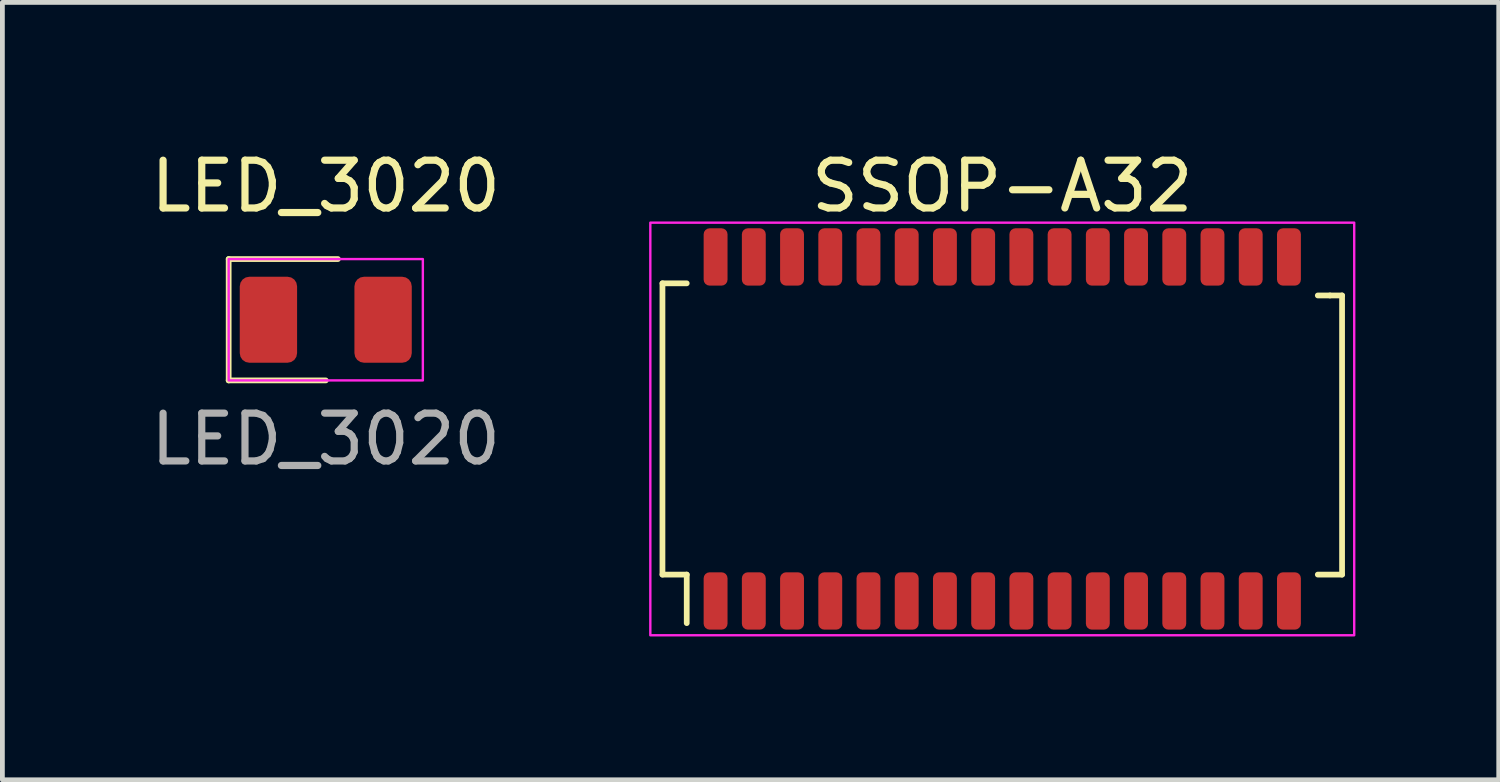
<source format=kicad_pcb>
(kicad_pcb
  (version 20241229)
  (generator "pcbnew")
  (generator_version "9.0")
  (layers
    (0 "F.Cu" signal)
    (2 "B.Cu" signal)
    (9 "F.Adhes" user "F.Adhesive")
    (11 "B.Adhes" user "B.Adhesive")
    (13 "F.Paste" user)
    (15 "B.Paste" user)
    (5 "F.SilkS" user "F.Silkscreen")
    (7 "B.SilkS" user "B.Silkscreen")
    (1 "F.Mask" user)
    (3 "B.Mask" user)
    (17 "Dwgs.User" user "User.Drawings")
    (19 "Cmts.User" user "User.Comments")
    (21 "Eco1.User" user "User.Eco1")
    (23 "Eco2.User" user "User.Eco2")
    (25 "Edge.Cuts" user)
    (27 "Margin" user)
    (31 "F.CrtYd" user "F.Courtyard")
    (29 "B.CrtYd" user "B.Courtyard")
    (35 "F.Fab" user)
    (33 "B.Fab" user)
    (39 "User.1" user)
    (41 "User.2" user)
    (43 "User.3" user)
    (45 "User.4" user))
  (footprint "SSOP-A32"
    (layer "F.Cu")
    (at 17.927 5.928)
    (property "Reference" "SSOP-A32" (at 0 -5.08 0) (layer "F.SilkS") (effects (font (size 1 1) (thickness 0.15))))
    (attr smd)
    (fp_line (start -7.112 -3.048) (end -6.604 -3.048) (stroke (width 0.12) (type solid)) (layer "F.SilkS"))
    (fp_line (start -7.112 3.048) (end -7.112 -3.048) (stroke (width 0.12) (type solid)) (layer "F.SilkS"))
    (fp_line (start -6.604 3.048) (end -7.112 3.048) (stroke (width 0.12) (type solid)) (layer "F.SilkS"))
    (fp_line (start -6.604 4.064) (end -6.604 3.048) (stroke (width 0.12) (type solid)) (layer "F.SilkS"))
    (fp_line (start 6.858 -2.794) (end 6.604 -2.794) (stroke (width 0.12) (type solid)) (layer "F.SilkS"))
    (fp_line (start 7.112 -2.794) (end 6.858 -2.794) (stroke (width 0.12) (type solid)) (layer "F.SilkS"))
    (fp_line (start 7.112 -2.794) (end 7.112 3.048) (stroke (width 0.12) (type solid)) (layer "F.SilkS"))
    (fp_line (start 7.112 3.048) (end 6.604 3.048) (stroke (width 0.12) (type solid)) (layer "F.SilkS"))
    (fp_rect (start -7.366 -4.318) (end 7.366 4.318) (stroke (width 0.05) (type solid)) (fill no) (layer "F.CrtYd"))
    (pad "1" smd roundrect (at -6 3.6) (size 0.5 1.2) (layers "F.Cu" "F.Mask" "F.Paste") (roundrect_rratio 0.25))
    (pad "2" smd roundrect (at -5.2 3.6) (size 0.5 1.2) (layers "F.Cu" "F.Mask" "F.Paste") (roundrect_rratio 0.25))
    (pad "3" smd roundrect (at -4.4 3.6) (size 0.5 1.2) (layers "F.Cu" "F.Mask" "F.Paste") (roundrect_rratio 0.25))
    (pad "4" smd roundrect (at -3.6 3.6) (size 0.5 1.2) (layers "F.Cu" "F.Mask" "F.Paste") (roundrect_rratio 0.25))
    (pad "5" smd roundrect (at -2.8 3.6) (size 0.5 1.2) (layers "F.Cu" "F.Mask" "F.Paste") (roundrect_rratio 0.25))
    (pad "6" smd roundrect (at -2 3.6) (size 0.5 1.2) (layers "F.Cu" "F.Mask" "F.Paste") (roundrect_rratio 0.25))
    (pad "7" smd roundrect (at -1.2 3.6) (size 0.5 1.2) (layers "F.Cu" "F.Mask" "F.Paste") (roundrect_rratio 0.25))
    (pad "8" smd roundrect (at -0.4 3.6) (size 0.5 1.2) (layers "F.Cu" "F.Mask" "F.Paste") (roundrect_rratio 0.25))
    (pad "9" smd roundrect (at 0.4 3.6) (size 0.5 1.2) (layers "F.Cu" "F.Mask" "F.Paste") (roundrect_rratio 0.25))
    (pad "10" smd roundrect (at 1.2 3.6) (size 0.5 1.2) (layers "F.Cu" "F.Mask" "F.Paste") (roundrect_rratio 0.25))
    (pad "11" smd roundrect (at 2 3.6) (size 0.5 1.2) (layers "F.Cu" "F.Mask" "F.Paste") (roundrect_rratio 0.25))
    (pad "12" smd roundrect (at 2.8 3.6) (size 0.5 1.2) (layers "F.Cu" "F.Mask" "F.Paste") (roundrect_rratio 0.25))
    (pad "13" smd roundrect (at 3.6 3.6) (size 0.5 1.2) (layers "F.Cu" "F.Mask" "F.Paste") (roundrect_rratio 0.25))
    (pad "14" smd roundrect (at 4.4 3.6) (size 0.5 1.2) (layers "F.Cu" "F.Mask" "F.Paste") (roundrect_rratio 0.25))
    (pad "15" smd roundrect (at 5.2 3.6) (size 0.5 1.2) (layers "F.Cu" "F.Mask" "F.Paste") (roundrect_rratio 0.25))
    (pad "16" smd roundrect (at 6 3.6) (size 0.5 1.2) (layers "F.Cu" "F.Mask" "F.Paste") (roundrect_rratio 0.25))
    (pad "17" smd roundrect (at 6 -3.6) (size 0.5 1.2) (layers "F.Cu" "F.Mask" "F.Paste") (roundrect_rratio 0.25))
    (pad "18" smd roundrect (at 5.2 -3.6) (size 0.5 1.2) (layers "F.Cu" "F.Mask" "F.Paste") (roundrect_rratio 0.25))
    (pad "19" smd roundrect (at 4.4 -3.6) (size 0.5 1.2) (layers "F.Cu" "F.Mask" "F.Paste") (roundrect_rratio 0.25))
    (pad "20" smd roundrect (at 3.6 -3.6) (size 0.5 1.2) (layers "F.Cu" "F.Mask" "F.Paste") (roundrect_rratio 0.25))
    (pad "21" smd roundrect (at 2.8 -3.6) (size 0.5 1.2) (layers "F.Cu" "F.Mask" "F.Paste") (roundrect_rratio 0.25))
    (pad "22" smd roundrect (at 2 -3.6) (size 0.5 1.2) (layers "F.Cu" "F.Mask" "F.Paste") (roundrect_rratio 0.25))
    (pad "23" smd roundrect (at 1.2 -3.6) (size 0.5 1.2) (layers "F.Cu" "F.Mask" "F.Paste") (roundrect_rratio 0.25))
    (pad "24" smd roundrect (at 0.4 -3.6) (size 0.5 1.2) (layers "F.Cu" "F.Mask" "F.Paste") (roundrect_rratio 0.25))
    (pad "25" smd roundrect (at -0.4 -3.6) (size 0.5 1.2) (layers "F.Cu" "F.Mask" "F.Paste") (roundrect_rratio 0.25))
    (pad "26" smd roundrect (at -1.2 -3.6) (size 0.5 1.2) (layers "F.Cu" "F.Mask" "F.Paste") (roundrect_rratio 0.25))
    (pad "27" smd roundrect (at -2 -3.6) (size 0.5 1.2) (layers "F.Cu" "F.Mask" "F.Paste") (roundrect_rratio 0.25))
    (pad "28" smd roundrect (at -2.8 -3.6) (size 0.5 1.2) (layers "F.Cu" "F.Mask" "F.Paste") (roundrect_rratio 0.25))
    (pad "29" smd roundrect (at -3.6 -3.6) (size 0.5 1.2) (layers "F.Cu" "F.Mask" "F.Paste") (roundrect_rratio 0.25))
    (pad "30" smd roundrect (at -4.4 -3.6) (size 0.5 1.2) (layers "F.Cu" "F.Mask" "F.Paste") (roundrect_rratio 0.25))
    (pad "31" smd roundrect (at -5.2 -3.6) (size 0.5 1.2) (layers "F.Cu" "F.Mask" "F.Paste") (roundrect_rratio 0.25))
    (pad "32" smd roundrect (at -6 -3.6) (size 0.5 1.2) (layers "F.Cu" "F.Mask" "F.Paste") (roundrect_rratio 0.25)))
  (footprint "LED_3020"
    (layer "F.Cu")
    (at 3.768 3.642)
    (property "Reference" "LED_3020" (at 0 -2.794 0) (unlocked yes) (layer "F.SilkS") (effects (font (size 1 1) (thickness 0.15))))
    (attr smd)
    (fp_line (start -2.032 -1.27) (end -2.032 1.27) (stroke (width 0.12) (type solid)) (layer "F.SilkS"))
    (fp_line (start -2.032 1.27) (end 0 1.27) (stroke (width 0.12) (type solid)) (layer "F.SilkS"))
    (fp_line (start 0.254 -1.27) (end -2.032 -1.27) (stroke (width 0.12) (type solid)) (layer "F.SilkS"))
    (fp_rect (start -2.032 -1.27) (end 2.032 1.27) (stroke (width 0.05) (type solid)) (fill no) (layer "F.CrtYd"))
    (fp_text user "${REFERENCE}" (at 0 2.5 0) (unlocked yes) (layer "F.Fab") (effects (font (size 1 1) (thickness 0.15))))
    (pad "1" smd roundrect (at -1.2 0) (size 1.2 1.8) (layers "F.Cu" "F.Mask" "F.Paste") (roundrect_rratio 0.167))
    (pad "2" smd roundrect (at 1.2 0) (size 1.2 1.8) (layers "F.Cu" "F.Mask" "F.Paste") (roundrect_rratio 0.167)))
  (gr_rect
    (start -3 -3)
    (end 28.318 13.271)
    (stroke (width 0.1) (type default))
    (fill no)
    (layer "Edge.Cuts")))
</source>
